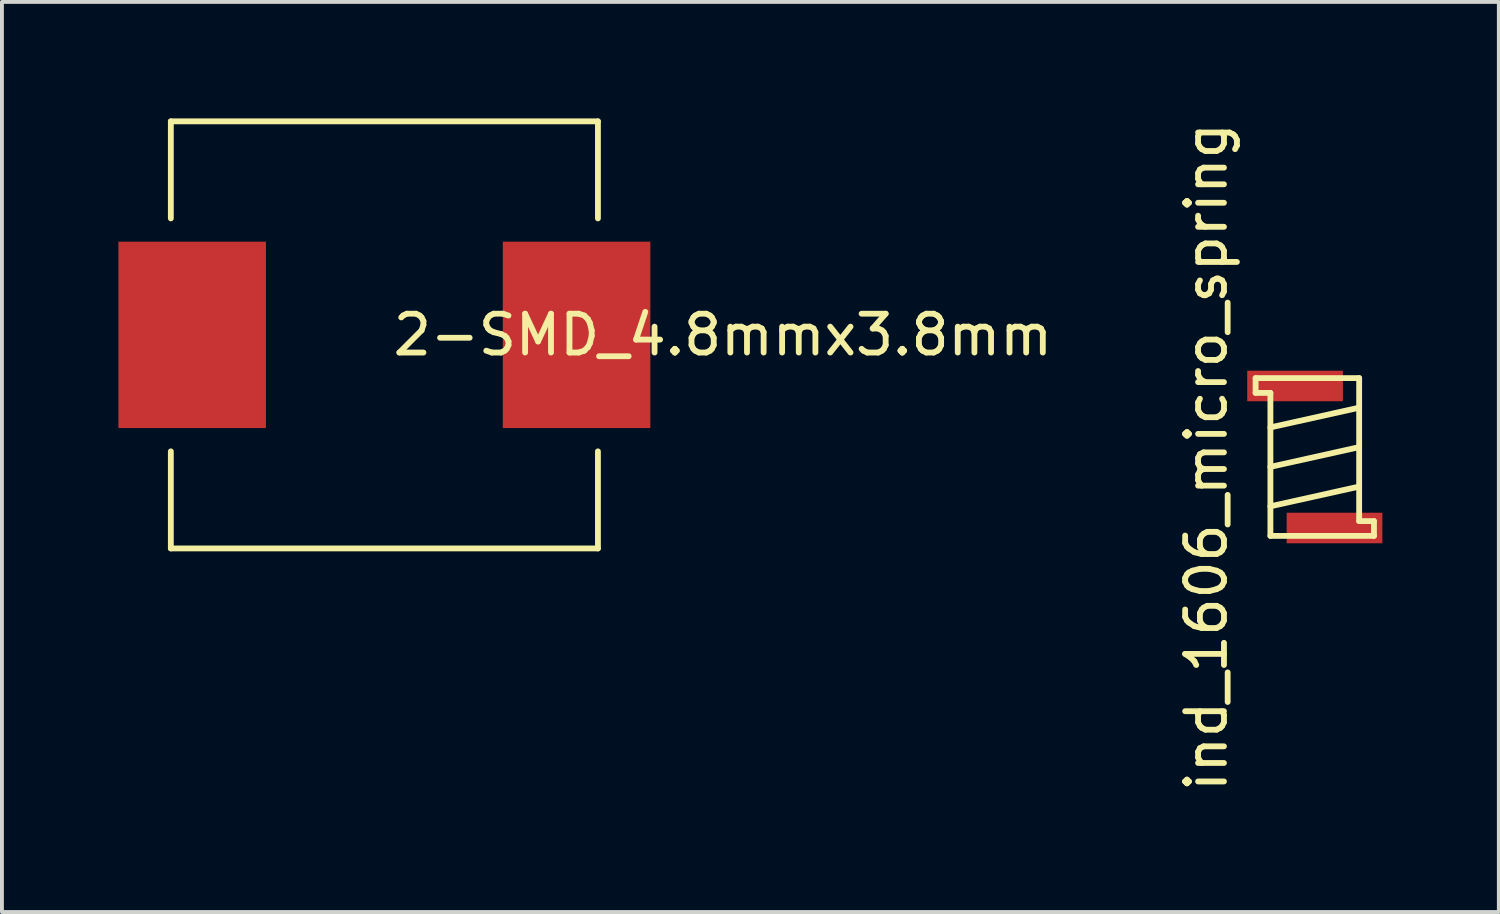
<source format=kicad_pcb>
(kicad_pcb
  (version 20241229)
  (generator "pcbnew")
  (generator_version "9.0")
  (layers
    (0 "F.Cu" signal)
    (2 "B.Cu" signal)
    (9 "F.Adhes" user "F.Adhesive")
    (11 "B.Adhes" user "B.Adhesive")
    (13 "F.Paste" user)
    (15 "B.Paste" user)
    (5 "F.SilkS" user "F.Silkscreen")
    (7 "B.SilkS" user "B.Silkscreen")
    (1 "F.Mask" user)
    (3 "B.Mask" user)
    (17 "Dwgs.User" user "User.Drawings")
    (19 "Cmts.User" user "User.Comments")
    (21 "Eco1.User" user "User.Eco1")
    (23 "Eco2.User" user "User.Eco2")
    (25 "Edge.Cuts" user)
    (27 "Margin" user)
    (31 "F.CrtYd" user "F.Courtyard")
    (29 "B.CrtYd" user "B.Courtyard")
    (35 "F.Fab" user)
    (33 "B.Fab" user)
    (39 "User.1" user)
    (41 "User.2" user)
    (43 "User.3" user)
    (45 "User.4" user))
  (footprint "2-SMD_4.8mmx3.8mm"
    (layer "F.Cu")
    (at 6.85 5.575)
    (property "Reference" "2-SMD_4.8mmx3.8mm" (at 8.72 0 0) (layer "F.SilkS") (effects (font (size 1 1) (thickness 0.15))))
    (attr through_hole)
    (fp_line (start -5.5 -5.5) (end -5.5 -3) (stroke (width 0.15) (type solid)) (layer "F.SilkS"))
    (fp_line (start -5.5 -5.5) (end 5.5 -5.5) (stroke (width 0.15) (type solid)) (layer "F.SilkS"))
    (fp_line (start -5.5 3) (end -5.5 5.5) (stroke (width 0.15) (type solid)) (layer "F.SilkS"))
    (fp_line (start -5.5 5.5) (end 5.5 5.5) (stroke (width 0.15) (type solid)) (layer "F.SilkS"))
    (fp_line (start 5.5 -5.5) (end 5.5 -3) (stroke (width 0.15) (type solid)) (layer "F.SilkS"))
    (fp_line (start 5.5 5.5) (end 5.5 3) (stroke (width 0.15) (type solid)) (layer "F.SilkS"))
    (pad "1" smd rect (at -4.95 0) (size 3.8 4.8) (layers "F.Cu" "F.Mask" "F.Paste"))
    (pad "2" smd rect (at 4.95 0) (size 3.8 4.8) (layers "F.Cu" "F.Mask" "F.Paste")))
  (footprint "ind_1606_micro_spring"
    (layer "F.Cu")
    (at 30.813 8.72)
    (property "Reference" "ind_1606_micro_spring" (at -2.794 0 90) (layer "F.SilkS") (effects (font (size 1 1) (thickness 0.15))))
    (attr through_hole)
    (fp_line (start -1.524 -2.032) (end -1.524 -1.651) (stroke (width 0.15) (type solid)) (layer "F.SilkS"))
    (fp_line (start -1.524 -1.651) (end -1.143 -1.651) (stroke (width 0.15) (type solid)) (layer "F.SilkS"))
    (fp_line (start -1.143 -1.651) (end -1.143 2.032) (stroke (width 0.15) (type solid)) (layer "F.SilkS"))
    (fp_line (start -1.143 2.032) (end 1.524 2.032) (stroke (width 0.15) (type solid)) (layer "F.SilkS"))
    (fp_line (start 1.143 -2.032) (end -1.524 -2.032) (stroke (width 0.15) (type solid)) (layer "F.SilkS"))
    (fp_line (start 1.143 -1.27) (end -1.143 -0.762) (stroke (width 0.15) (type solid)) (layer "F.SilkS"))
    (fp_line (start 1.143 -0.254) (end -1.143 0.254) (stroke (width 0.15) (type solid)) (layer "F.SilkS"))
    (fp_line (start 1.143 0.762) (end -1.143 1.27) (stroke (width 0.15) (type solid)) (layer "F.SilkS"))
    (fp_line (start 1.143 1.651) (end 1.143 -2.032) (stroke (width 0.15) (type solid)) (layer "F.SilkS"))
    (fp_line (start 1.143 1.651) (end 1.524 1.651) (stroke (width 0.15) (type solid)) (layer "F.SilkS"))
    (fp_line (start 1.524 2.032) (end 1.524 1.651) (stroke (width 0.15) (type solid)) (layer "F.SilkS"))
    (pad "1" smd rect (at -0.508 -1.829 90) (size 0.787 2.464) (layers "F.Cu" "F.Mask" "F.Paste"))
    (pad "2" smd rect (at 0.508 1.829 90) (size 0.787 2.464) (layers "F.Cu" "F.Mask" "F.Paste")))
  (gr_rect
    (start -3 -3)
    (end 35.553 20.44)
    (stroke (width 0.1) (type default))
    (fill no)
    (layer "Edge.Cuts")))
</source>
